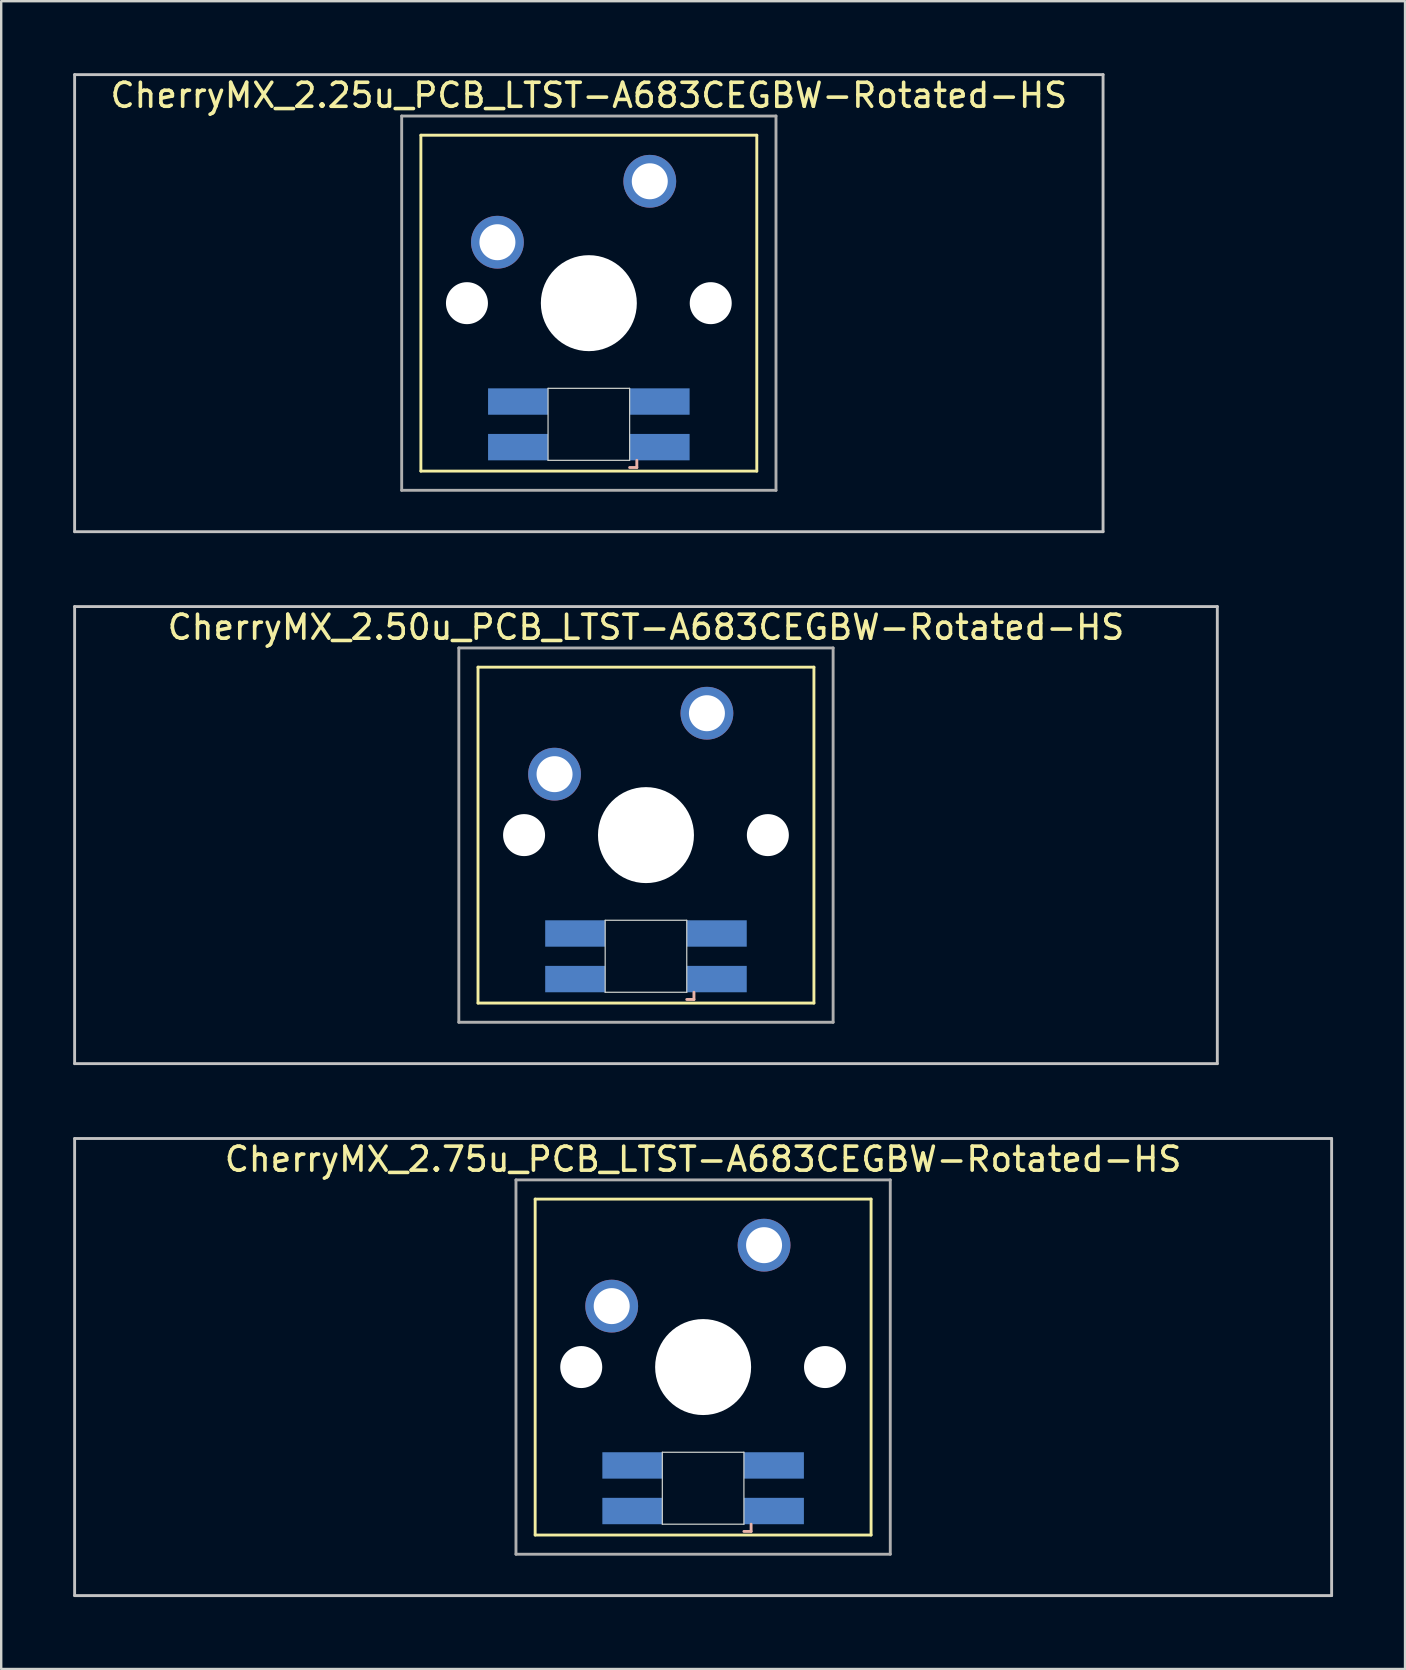
<source format=kicad_pcb>
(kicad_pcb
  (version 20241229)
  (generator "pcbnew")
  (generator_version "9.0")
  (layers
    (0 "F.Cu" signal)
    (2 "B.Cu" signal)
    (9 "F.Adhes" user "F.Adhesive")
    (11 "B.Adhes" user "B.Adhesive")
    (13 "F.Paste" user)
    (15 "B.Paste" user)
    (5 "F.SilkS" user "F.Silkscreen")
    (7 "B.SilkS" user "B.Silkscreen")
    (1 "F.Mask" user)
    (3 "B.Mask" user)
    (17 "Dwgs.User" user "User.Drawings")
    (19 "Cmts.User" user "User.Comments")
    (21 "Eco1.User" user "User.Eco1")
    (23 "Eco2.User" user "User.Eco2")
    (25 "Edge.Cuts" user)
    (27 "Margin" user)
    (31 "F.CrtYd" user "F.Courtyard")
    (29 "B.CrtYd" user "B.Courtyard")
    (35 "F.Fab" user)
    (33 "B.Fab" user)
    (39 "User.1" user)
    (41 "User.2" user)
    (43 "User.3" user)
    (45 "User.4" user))
  (footprint "CherryMX_2.75u_PCB_LTST-A683CEGBW-Rotated-HS"
    (layer "F.Cu")
    (at 26.254 53.925)
    (property "Reference" "CherryMX_2.75u_PCB_LTST-A683CEGBW-Rotated-HS" (at 0 -8.662 0) (layer "F.SilkS") (effects (font (size 1 1) (thickness 0.15))))
    (attr through_hole)
    (fp_line (start -7 -7) (end -7 7) (stroke (width 0.12) (type solid)) (layer "F.SilkS"))
    (fp_line (start -7 -7) (end 7 -7) (stroke (width 0.12) (type solid)) (layer "F.SilkS"))
    (fp_line (start 7 -7) (end 7 7) (stroke (width 0.12) (type solid)) (layer "F.SilkS"))
    (fp_line (start 7 7) (end -7 7) (stroke (width 0.12) (type solid)) (layer "F.SilkS"))
    (fp_line (start 1.7 6.85) (end 2 6.85) (stroke (width 0.12) (type solid)) (layer "B.SilkS"))
    (fp_line (start 2 6.85) (end 2 6.55) (stroke (width 0.12) (type solid)) (layer "B.SilkS"))
    (fp_line (start -26.194 -9.525) (end 26.194 -9.525) (stroke (width 0.12) (type solid)) (layer "Dwgs.User"))
    (fp_line (start -26.194 9.525) (end -26.194 -9.525) (stroke (width 0.12) (type solid)) (layer "Dwgs.User"))
    (fp_line (start 26.194 -9.525) (end 26.194 9.525) (stroke (width 0.12) (type solid)) (layer "Dwgs.User"))
    (fp_line (start 26.194 9.525) (end -26.194 9.525) (stroke (width 0.12) (type solid)) (layer "Dwgs.User"))
    (fp_line (start -1.7 3.55) (end 1.7 3.55) (stroke (width 0.05) (type solid)) (layer "Edge.Cuts"))
    (fp_line (start -1.7 6.55) (end -1.7 3.55) (stroke (width 0.05) (type solid)) (layer "Edge.Cuts"))
    (fp_line (start 1.7 3.55) (end 1.7 6.55) (stroke (width 0.05) (type solid)) (layer "Edge.Cuts"))
    (fp_line (start 1.7 6.55) (end -1.7 6.55) (stroke (width 0.05) (type solid)) (layer "Edge.Cuts"))
    (fp_line (start -7.8 -7.8) (end -7.8 7.8) (stroke (width 0.12) (type solid)) (layer "F.Fab"))
    (fp_line (start -7.8 -7.8) (end 7.8 -7.8) (stroke (width 0.12) (type solid)) (layer "F.Fab"))
    (fp_line (start -7.8 7.8) (end 7.8 7.8) (stroke (width 0.12) (type solid)) (layer "F.Fab"))
    (fp_line (start 7.8 -7.8) (end 7.8 7.8) (stroke (width 0.12) (type solid)) (layer "F.Fab"))
    (pad "" np_thru_hole circle (at -5.08 0) (size 1.75 1.75) (drill 1.75) (layers "*.Cu" "*.Mask"))
    (pad "" np_thru_hole circle (at 0 0) (size 4 4) (drill 4) (layers "*.Cu" "*.Mask"))
    (pad "" np_thru_hole circle (at 5.08 0) (size 1.75 1.75) (drill 1.75) (layers "*.Cu" "*.Mask"))
    (pad "1" thru_hole circle (at -3.81 -2.54) (size 2.2 2.2) (drill 1.5) (layers "*.Cu" "*.Mask"))
    (pad "2" thru_hole circle (at 2.54 -5.08) (size 2.2 2.2) (drill 1.5) (layers "*.Cu" "*.Mask"))
    (pad "3" smd rect (at 2.95 6) (size 2.5 1.1) (layers "B.Cu" "B.Mask" "B.Paste"))
    (pad "4" smd rect (at 2.95 4.1) (size 2.5 1.1) (layers "B.Cu" "B.Mask" "B.Paste"))
    (pad "5" smd rect (at -2.95 6) (size 2.5 1.1) (layers "B.Cu" "B.Mask" "B.Paste"))
    (pad "6" smd rect (at -2.95 4.1) (size 2.5 1.1) (layers "B.Cu" "B.Mask" "B.Paste")))
  (footprint "CherryMX_2.50u_PCB_LTST-A683CEGBW-Rotated-HS"
    (layer "F.Cu")
    (at 23.872 31.755)
    (property "Reference" "CherryMX_2.50u_PCB_LTST-A683CEGBW-Rotated-HS" (at 0 -8.662 0) (layer "F.SilkS") (effects (font (size 1 1) (thickness 0.15))))
    (attr through_hole)
    (fp_line (start -7 -7) (end -7 7) (stroke (width 0.12) (type solid)) (layer "F.SilkS"))
    (fp_line (start -7 -7) (end 7 -7) (stroke (width 0.12) (type solid)) (layer "F.SilkS"))
    (fp_line (start 7 -7) (end 7 7) (stroke (width 0.12) (type solid)) (layer "F.SilkS"))
    (fp_line (start 7 7) (end -7 7) (stroke (width 0.12) (type solid)) (layer "F.SilkS"))
    (fp_line (start 1.7 6.85) (end 2 6.85) (stroke (width 0.12) (type solid)) (layer "B.SilkS"))
    (fp_line (start 2 6.85) (end 2 6.55) (stroke (width 0.12) (type solid)) (layer "B.SilkS"))
    (fp_line (start -23.812 -9.525) (end 23.812 -9.525) (stroke (width 0.12) (type solid)) (layer "Dwgs.User"))
    (fp_line (start -23.812 9.525) (end -23.812 -9.525) (stroke (width 0.12) (type solid)) (layer "Dwgs.User"))
    (fp_line (start 23.812 -9.525) (end 23.812 9.525) (stroke (width 0.12) (type solid)) (layer "Dwgs.User"))
    (fp_line (start 23.812 9.525) (end -23.812 9.525) (stroke (width 0.12) (type solid)) (layer "Dwgs.User"))
    (fp_line (start -1.7 3.55) (end 1.7 3.55) (stroke (width 0.05) (type solid)) (layer "Edge.Cuts"))
    (fp_line (start -1.7 6.55) (end -1.7 3.55) (stroke (width 0.05) (type solid)) (layer "Edge.Cuts"))
    (fp_line (start 1.7 3.55) (end 1.7 6.55) (stroke (width 0.05) (type solid)) (layer "Edge.Cuts"))
    (fp_line (start 1.7 6.55) (end -1.7 6.55) (stroke (width 0.05) (type solid)) (layer "Edge.Cuts"))
    (fp_line (start -7.8 -7.8) (end -7.8 7.8) (stroke (width 0.12) (type solid)) (layer "F.Fab"))
    (fp_line (start -7.8 -7.8) (end 7.8 -7.8) (stroke (width 0.12) (type solid)) (layer "F.Fab"))
    (fp_line (start -7.8 7.8) (end 7.8 7.8) (stroke (width 0.12) (type solid)) (layer "F.Fab"))
    (fp_line (start 7.8 -7.8) (end 7.8 7.8) (stroke (width 0.12) (type solid)) (layer "F.Fab"))
    (pad "" np_thru_hole circle (at -5.08 0) (size 1.75 1.75) (drill 1.75) (layers "*.Cu" "*.Mask"))
    (pad "" np_thru_hole circle (at 0 0) (size 4 4) (drill 4) (layers "*.Cu" "*.Mask"))
    (pad "" np_thru_hole circle (at 5.08 0) (size 1.75 1.75) (drill 1.75) (layers "*.Cu" "*.Mask"))
    (pad "1" thru_hole circle (at -3.81 -2.54) (size 2.2 2.2) (drill 1.5) (layers "*.Cu" "*.Mask"))
    (pad "2" thru_hole circle (at 2.54 -5.08) (size 2.2 2.2) (drill 1.5) (layers "*.Cu" "*.Mask"))
    (pad "3" smd rect (at 2.95 6) (size 2.5 1.1) (layers "B.Cu" "B.Mask" "B.Paste"))
    (pad "4" smd rect (at 2.95 4.1) (size 2.5 1.1) (layers "B.Cu" "B.Mask" "B.Paste"))
    (pad "5" smd rect (at -2.95 6) (size 2.5 1.1) (layers "B.Cu" "B.Mask" "B.Paste"))
    (pad "6" smd rect (at -2.95 4.1) (size 2.5 1.1) (layers "B.Cu" "B.Mask" "B.Paste")))
  (footprint "CherryMX_2.25u_PCB_LTST-A683CEGBW-Rotated-HS"
    (layer "F.Cu")
    (at 21.491 9.585)
    (property "Reference" "CherryMX_2.25u_PCB_LTST-A683CEGBW-Rotated-HS" (at 0 -8.662 0) (layer "F.SilkS") (effects (font (size 1 1) (thickness 0.15))))
    (attr through_hole)
    (fp_line (start -7 -7) (end -7 7) (stroke (width 0.12) (type solid)) (layer "F.SilkS"))
    (fp_line (start -7 -7) (end 7 -7) (stroke (width 0.12) (type solid)) (layer "F.SilkS"))
    (fp_line (start 7 -7) (end 7 7) (stroke (width 0.12) (type solid)) (layer "F.SilkS"))
    (fp_line (start 7 7) (end -7 7) (stroke (width 0.12) (type solid)) (layer "F.SilkS"))
    (fp_line (start 1.7 6.85) (end 2 6.85) (stroke (width 0.12) (type solid)) (layer "B.SilkS"))
    (fp_line (start 2 6.85) (end 2 6.55) (stroke (width 0.12) (type solid)) (layer "B.SilkS"))
    (fp_line (start -21.431 -9.525) (end 21.431 -9.525) (stroke (width 0.12) (type solid)) (layer "Dwgs.User"))
    (fp_line (start -21.431 9.525) (end -21.431 -9.525) (stroke (width 0.12) (type solid)) (layer "Dwgs.User"))
    (fp_line (start 21.431 -9.525) (end 21.431 9.525) (stroke (width 0.12) (type solid)) (layer "Dwgs.User"))
    (fp_line (start 21.431 9.525) (end -21.431 9.525) (stroke (width 0.12) (type solid)) (layer "Dwgs.User"))
    (fp_line (start -1.7 3.55) (end 1.7 3.55) (stroke (width 0.05) (type solid)) (layer "Edge.Cuts"))
    (fp_line (start -1.7 6.55) (end -1.7 3.55) (stroke (width 0.05) (type solid)) (layer "Edge.Cuts"))
    (fp_line (start 1.7 3.55) (end 1.7 6.55) (stroke (width 0.05) (type solid)) (layer "Edge.Cuts"))
    (fp_line (start 1.7 6.55) (end -1.7 6.55) (stroke (width 0.05) (type solid)) (layer "Edge.Cuts"))
    (fp_line (start -7.8 -7.8) (end -7.8 7.8) (stroke (width 0.12) (type solid)) (layer "F.Fab"))
    (fp_line (start -7.8 -7.8) (end 7.8 -7.8) (stroke (width 0.12) (type solid)) (layer "F.Fab"))
    (fp_line (start -7.8 7.8) (end 7.8 7.8) (stroke (width 0.12) (type solid)) (layer "F.Fab"))
    (fp_line (start 7.8 -7.8) (end 7.8 7.8) (stroke (width 0.12) (type solid)) (layer "F.Fab"))
    (pad "" np_thru_hole circle (at -5.08 0) (size 1.75 1.75) (drill 1.75) (layers "*.Cu" "*.Mask"))
    (pad "" np_thru_hole circle (at 0 0) (size 4 4) (drill 4) (layers "*.Cu" "*.Mask"))
    (pad "" np_thru_hole circle (at 5.08 0) (size 1.75 1.75) (drill 1.75) (layers "*.Cu" "*.Mask"))
    (pad "1" thru_hole circle (at -3.81 -2.54) (size 2.2 2.2) (drill 1.5) (layers "*.Cu" "*.Mask"))
    (pad "2" thru_hole circle (at 2.54 -5.08) (size 2.2 2.2) (drill 1.5) (layers "*.Cu" "*.Mask"))
    (pad "3" smd rect (at 2.95 6) (size 2.5 1.1) (layers "B.Cu" "B.Mask" "B.Paste"))
    (pad "4" smd rect (at 2.95 4.1) (size 2.5 1.1) (layers "B.Cu" "B.Mask" "B.Paste"))
    (pad "5" smd rect (at -2.95 6) (size 2.5 1.1) (layers "B.Cu" "B.Mask" "B.Paste"))
    (pad "6" smd rect (at -2.95 4.1) (size 2.5 1.1) (layers "B.Cu" "B.Mask" "B.Paste")))
  (gr_rect
    (start -3 -3)
    (end 55.508 66.51)
    (stroke (width 0.1) (type default))
    (fill no)
    (layer "Edge.Cuts")))
</source>
